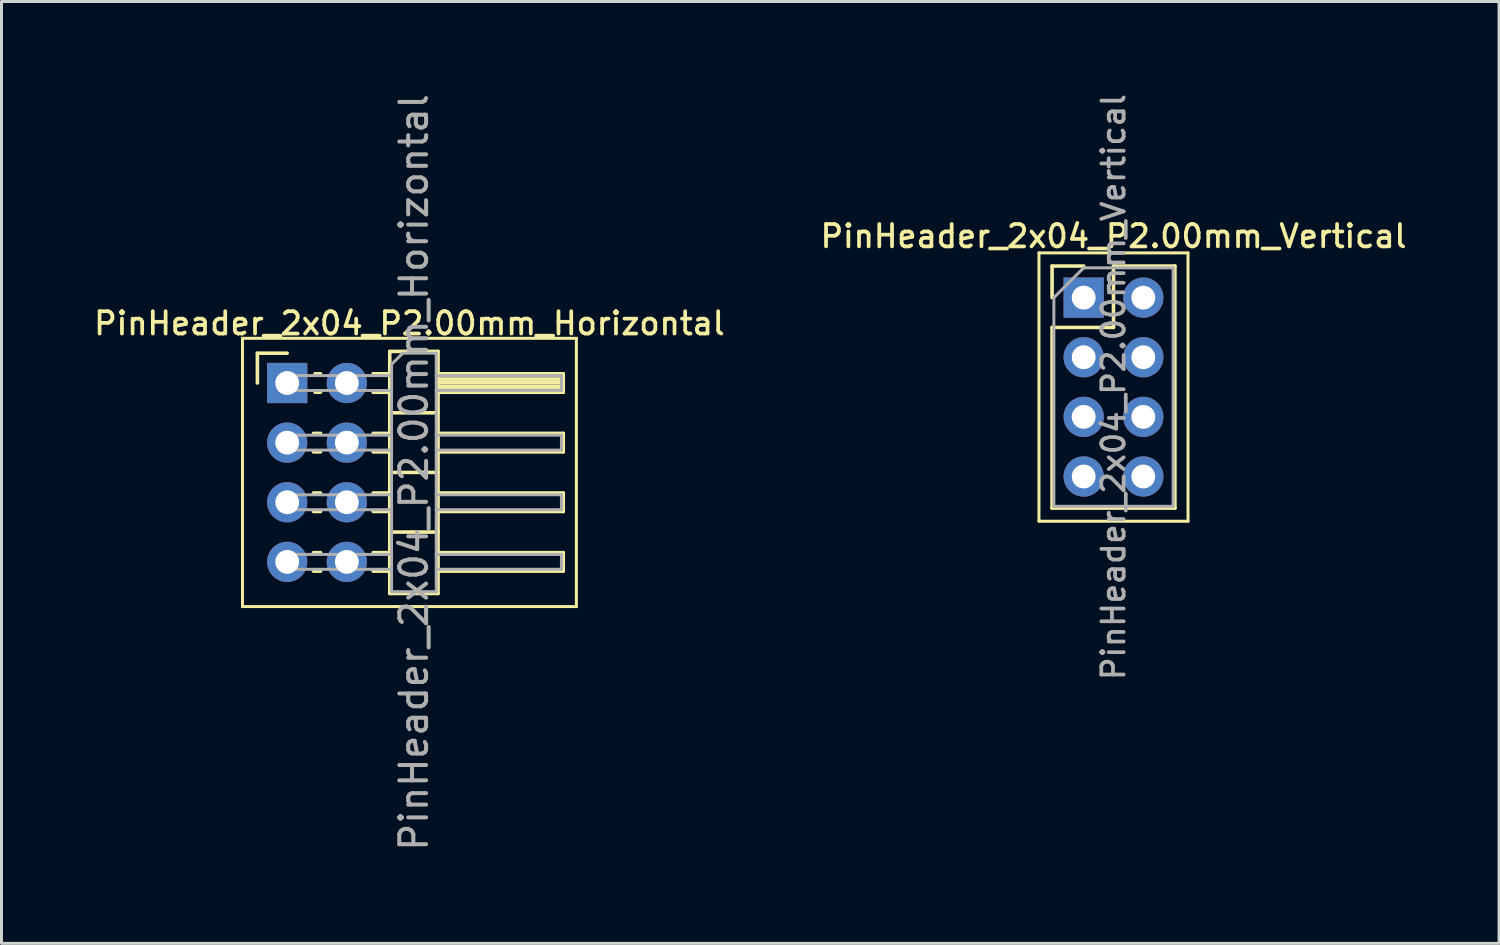
<source format=kicad_pcb>
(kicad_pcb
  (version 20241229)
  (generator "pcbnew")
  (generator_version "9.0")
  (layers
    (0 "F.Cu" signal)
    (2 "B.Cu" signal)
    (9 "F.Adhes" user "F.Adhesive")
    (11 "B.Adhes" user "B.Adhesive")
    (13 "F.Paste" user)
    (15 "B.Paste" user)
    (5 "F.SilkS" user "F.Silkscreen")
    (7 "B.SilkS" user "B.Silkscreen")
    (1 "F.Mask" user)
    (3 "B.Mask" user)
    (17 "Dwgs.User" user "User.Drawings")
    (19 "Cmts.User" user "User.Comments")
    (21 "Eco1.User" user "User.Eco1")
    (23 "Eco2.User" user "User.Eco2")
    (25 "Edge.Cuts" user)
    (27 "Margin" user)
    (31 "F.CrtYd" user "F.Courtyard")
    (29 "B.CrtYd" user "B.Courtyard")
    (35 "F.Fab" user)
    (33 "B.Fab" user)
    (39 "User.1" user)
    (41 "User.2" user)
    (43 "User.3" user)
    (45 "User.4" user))
  (footprint "PinHeader_2x04_P2.00mm_Horizontal"
    (layer "F.Cu")
    (at 6.584 9.798)
    (property "Reference" "PinHeader_2x04_P2.00mm_Horizontal" (at 4.1 -2 0) (layer "F.SilkS") (effects (font (size 0.75 0.75) (thickness 0.125))))
    (attr through_hole)
    (fp_line (start -1.5 -1.5) (end -1.5 7.5) (stroke (width 0.1) (type solid)) (layer "F.SilkS"))
    (fp_line (start -1.5 7.5) (end 9.7 7.5) (stroke (width 0.1) (type solid)) (layer "F.SilkS"))
    (fp_line (start -1 -1) (end 0 -1) (stroke (width 0.12) (type solid)) (layer "F.SilkS"))
    (fp_line (start -1 0) (end -1 -1) (stroke (width 0.12) (type solid)) (layer "F.SilkS"))
    (fp_line (start 0.882 1.69) (end 1.118 1.69) (stroke (width 0.12) (type solid)) (layer "F.SilkS"))
    (fp_line (start 0.882 2.31) (end 1.118 2.31) (stroke (width 0.12) (type solid)) (layer "F.SilkS"))
    (fp_line (start 0.882 3.69) (end 1.118 3.69) (stroke (width 0.12) (type solid)) (layer "F.SilkS"))
    (fp_line (start 0.882 4.31) (end 1.118 4.31) (stroke (width 0.12) (type solid)) (layer "F.SilkS"))
    (fp_line (start 0.882 5.69) (end 1.118 5.69) (stroke (width 0.12) (type solid)) (layer "F.SilkS"))
    (fp_line (start 0.882 6.31) (end 1.118 6.31) (stroke (width 0.12) (type solid)) (layer "F.SilkS"))
    (fp_line (start 0.935 -0.31) (end 1.118 -0.31) (stroke (width 0.12) (type solid)) (layer "F.SilkS"))
    (fp_line (start 0.935 0.31) (end 1.118 0.31) (stroke (width 0.12) (type solid)) (layer "F.SilkS"))
    (fp_line (start 2.882 -0.31) (end 3.44 -0.31) (stroke (width 0.12) (type solid)) (layer "F.SilkS"))
    (fp_line (start 2.882 0.31) (end 3.44 0.31) (stroke (width 0.12) (type solid)) (layer "F.SilkS"))
    (fp_line (start 2.882 1.69) (end 3.44 1.69) (stroke (width 0.12) (type solid)) (layer "F.SilkS"))
    (fp_line (start 2.882 2.31) (end 3.44 2.31) (stroke (width 0.12) (type solid)) (layer "F.SilkS"))
    (fp_line (start 2.882 3.69) (end 3.44 3.69) (stroke (width 0.12) (type solid)) (layer "F.SilkS"))
    (fp_line (start 2.882 4.31) (end 3.44 4.31) (stroke (width 0.12) (type solid)) (layer "F.SilkS"))
    (fp_line (start 2.882 5.69) (end 3.44 5.69) (stroke (width 0.12) (type solid)) (layer "F.SilkS"))
    (fp_line (start 2.882 6.31) (end 3.44 6.31) (stroke (width 0.12) (type solid)) (layer "F.SilkS"))
    (fp_line (start 3.44 -1.06) (end 3.44 7.06) (stroke (width 0.12) (type solid)) (layer "F.SilkS"))
    (fp_line (start 3.44 1) (end 5.06 1) (stroke (width 0.12) (type solid)) (layer "F.SilkS"))
    (fp_line (start 3.44 3) (end 5.06 3) (stroke (width 0.12) (type solid)) (layer "F.SilkS"))
    (fp_line (start 3.44 5) (end 5.06 5) (stroke (width 0.12) (type solid)) (layer "F.SilkS"))
    (fp_line (start 3.44 7.06) (end 5.06 7.06) (stroke (width 0.12) (type solid)) (layer "F.SilkS"))
    (fp_line (start 5.06 -1.06) (end 3.44 -1.06) (stroke (width 0.12) (type solid)) (layer "F.SilkS"))
    (fp_line (start 5.06 -0.31) (end 9.26 -0.31) (stroke (width 0.12) (type solid)) (layer "F.SilkS"))
    (fp_line (start 5.06 -0.25) (end 9.26 -0.25) (stroke (width 0.12) (type solid)) (layer "F.SilkS"))
    (fp_line (start 5.06 -0.13) (end 9.26 -0.13) (stroke (width 0.12) (type solid)) (layer "F.SilkS"))
    (fp_line (start 5.06 -0.01) (end 9.26 -0.01) (stroke (width 0.12) (type solid)) (layer "F.SilkS"))
    (fp_line (start 5.06 0.11) (end 9.26 0.11) (stroke (width 0.12) (type solid)) (layer "F.SilkS"))
    (fp_line (start 5.06 0.23) (end 9.26 0.23) (stroke (width 0.12) (type solid)) (layer "F.SilkS"))
    (fp_line (start 5.06 1.69) (end 9.26 1.69) (stroke (width 0.12) (type solid)) (layer "F.SilkS"))
    (fp_line (start 5.06 3.69) (end 9.26 3.69) (stroke (width 0.12) (type solid)) (layer "F.SilkS"))
    (fp_line (start 5.06 5.69) (end 9.26 5.69) (stroke (width 0.12) (type solid)) (layer "F.SilkS"))
    (fp_line (start 5.06 7.06) (end 5.06 -1.06) (stroke (width 0.12) (type solid)) (layer "F.SilkS"))
    (fp_line (start 9.26 -0.31) (end 9.26 0.31) (stroke (width 0.12) (type solid)) (layer "F.SilkS"))
    (fp_line (start 9.26 0.31) (end 5.06 0.31) (stroke (width 0.12) (type solid)) (layer "F.SilkS"))
    (fp_line (start 9.26 1.69) (end 9.26 2.31) (stroke (width 0.12) (type solid)) (layer "F.SilkS"))
    (fp_line (start 9.26 2.31) (end 5.06 2.31) (stroke (width 0.12) (type solid)) (layer "F.SilkS"))
    (fp_line (start 9.26 3.69) (end 9.26 4.31) (stroke (width 0.12) (type solid)) (layer "F.SilkS"))
    (fp_line (start 9.26 4.31) (end 5.06 4.31) (stroke (width 0.12) (type solid)) (layer "F.SilkS"))
    (fp_line (start 9.26 5.69) (end 9.26 6.31) (stroke (width 0.12) (type solid)) (layer "F.SilkS"))
    (fp_line (start 9.26 6.31) (end 5.06 6.31) (stroke (width 0.12) (type solid)) (layer "F.SilkS"))
    (fp_line (start 9.7 -1.5) (end -1.5 -1.5) (stroke (width 0.1) (type solid)) (layer "F.SilkS"))
    (fp_line (start 9.7 7.5) (end 9.7 -1.5) (stroke (width 0.1) (type solid)) (layer "F.SilkS"))
    (fp_line (start -0.25 -0.25) (end -0.25 0.25) (stroke (width 0.1) (type solid)) (layer "F.Fab"))
    (fp_line (start -0.25 -0.25) (end 3.5 -0.25) (stroke (width 0.1) (type solid)) (layer "F.Fab"))
    (fp_line (start -0.25 0.25) (end 3.5 0.25) (stroke (width 0.1) (type solid)) (layer "F.Fab"))
    (fp_line (start -0.25 1.75) (end -0.25 2.25) (stroke (width 0.1) (type solid)) (layer "F.Fab"))
    (fp_line (start -0.25 1.75) (end 3.5 1.75) (stroke (width 0.1) (type solid)) (layer "F.Fab"))
    (fp_line (start -0.25 2.25) (end 3.5 2.25) (stroke (width 0.1) (type solid)) (layer "F.Fab"))
    (fp_line (start -0.25 3.75) (end -0.25 4.25) (stroke (width 0.1) (type solid)) (layer "F.Fab"))
    (fp_line (start -0.25 3.75) (end 3.5 3.75) (stroke (width 0.1) (type solid)) (layer "F.Fab"))
    (fp_line (start -0.25 4.25) (end 3.5 4.25) (stroke (width 0.1) (type solid)) (layer "F.Fab"))
    (fp_line (start -0.25 5.75) (end -0.25 6.25) (stroke (width 0.1) (type solid)) (layer "F.Fab"))
    (fp_line (start -0.25 5.75) (end 3.5 5.75) (stroke (width 0.1) (type solid)) (layer "F.Fab"))
    (fp_line (start -0.25 6.25) (end 3.5 6.25) (stroke (width 0.1) (type solid)) (layer "F.Fab"))
    (fp_line (start 3.5 -0.625) (end 3.875 -1) (stroke (width 0.1) (type solid)) (layer "F.Fab"))
    (fp_line (start 3.5 7) (end 3.5 -0.625) (stroke (width 0.1) (type solid)) (layer "F.Fab"))
    (fp_line (start 3.875 -1) (end 5 -1) (stroke (width 0.1) (type solid)) (layer "F.Fab"))
    (fp_line (start 5 -1) (end 5 7) (stroke (width 0.1) (type solid)) (layer "F.Fab"))
    (fp_line (start 5 -0.25) (end 9.2 -0.25) (stroke (width 0.1) (type solid)) (layer "F.Fab"))
    (fp_line (start 5 0.25) (end 9.2 0.25) (stroke (width 0.1) (type solid)) (layer "F.Fab"))
    (fp_line (start 5 1.75) (end 9.2 1.75) (stroke (width 0.1) (type solid)) (layer "F.Fab"))
    (fp_line (start 5 2.25) (end 9.2 2.25) (stroke (width 0.1) (type solid)) (layer "F.Fab"))
    (fp_line (start 5 3.75) (end 9.2 3.75) (stroke (width 0.1) (type solid)) (layer "F.Fab"))
    (fp_line (start 5 4.25) (end 9.2 4.25) (stroke (width 0.1) (type solid)) (layer "F.Fab"))
    (fp_line (start 5 5.75) (end 9.2 5.75) (stroke (width 0.1) (type solid)) (layer "F.Fab"))
    (fp_line (start 5 6.25) (end 9.2 6.25) (stroke (width 0.1) (type solid)) (layer "F.Fab"))
    (fp_line (start 5 7) (end 3.5 7) (stroke (width 0.1) (type solid)) (layer "F.Fab"))
    (fp_line (start 9.2 -0.25) (end 9.2 0.25) (stroke (width 0.1) (type solid)) (layer "F.Fab"))
    (fp_line (start 9.2 1.75) (end 9.2 2.25) (stroke (width 0.1) (type solid)) (layer "F.Fab"))
    (fp_line (start 9.2 3.75) (end 9.2 4.25) (stroke (width 0.1) (type solid)) (layer "F.Fab"))
    (fp_line (start 9.2 5.75) (end 9.2 6.25) (stroke (width 0.1) (type solid)) (layer "F.Fab"))
    (fp_text user "${REFERENCE}" (at 4.25 3 90) (layer "F.Fab") (effects (font (size 0.9 0.9) (thickness 0.135))))
    (pad "1" thru_hole rect (at 0 0) (size 1.35 1.35) (drill 0.8) (layers "*.Cu" "*.Mask"))
    (pad "2" thru_hole oval (at 2 0) (size 1.35 1.35) (drill 0.8) (layers "*.Cu" "*.Mask"))
    (pad "3" thru_hole oval (at 0 2) (size 1.35 1.35) (drill 0.8) (layers "*.Cu" "*.Mask"))
    (pad "4" thru_hole oval (at 2 2) (size 1.35 1.35) (drill 0.8) (layers "*.Cu" "*.Mask"))
    (pad "5" thru_hole oval (at 0 4) (size 1.35 1.35) (drill 0.8) (layers "*.Cu" "*.Mask"))
    (pad "6" thru_hole oval (at 2 4) (size 1.35 1.35) (drill 0.8) (layers "*.Cu" "*.Mask"))
    (pad "7" thru_hole oval (at 0 6) (size 1.35 1.35) (drill 0.8) (layers "*.Cu" "*.Mask"))
    (pad "8" thru_hole oval (at 2 6) (size 1.35 1.35) (drill 0.8) (layers "*.Cu" "*.Mask")))
  (footprint "PinHeader_2x04_P2.00mm_Vertical"
    (layer "F.Cu")
    (at 33.302 6.934)
    (property "Reference" "PinHeader_2x04_P2.00mm_Vertical" (at 1 -2.06 0) (layer "F.SilkS") (effects (font (size 0.75 0.75) (thickness 0.125))))
    (attr through_hole)
    (fp_line (start -1.5 -1.5) (end -1.5 7.5) (stroke (width 0.1) (type solid)) (layer "F.SilkS"))
    (fp_line (start -1.5 7.5) (end 3.5 7.5) (stroke (width 0.1) (type solid)) (layer "F.SilkS"))
    (fp_line (start -1.06 -1.06) (end 0 -1.06) (stroke (width 0.12) (type solid)) (layer "F.SilkS"))
    (fp_line (start -1.06 0) (end -1.06 -1.06) (stroke (width 0.12) (type solid)) (layer "F.SilkS"))
    (fp_line (start -1.06 1) (end -1.06 7.06) (stroke (width 0.12) (type solid)) (layer "F.SilkS"))
    (fp_line (start -1.06 1) (end 1 1) (stroke (width 0.12) (type solid)) (layer "F.SilkS"))
    (fp_line (start -1.06 7.06) (end 3.06 7.06) (stroke (width 0.12) (type solid)) (layer "F.SilkS"))
    (fp_line (start 1 -1.06) (end 3.06 -1.06) (stroke (width 0.12) (type solid)) (layer "F.SilkS"))
    (fp_line (start 1 1) (end 1 -1.06) (stroke (width 0.12) (type solid)) (layer "F.SilkS"))
    (fp_line (start 3.06 -1.06) (end 3.06 7.06) (stroke (width 0.12) (type solid)) (layer "F.SilkS"))
    (fp_line (start 3.5 -1.5) (end -1.5 -1.5) (stroke (width 0.1) (type solid)) (layer "F.SilkS"))
    (fp_line (start 3.5 7.5) (end 3.5 -1.5) (stroke (width 0.1) (type solid)) (layer "F.SilkS"))
    (fp_line (start -1 0) (end 0 -1) (stroke (width 0.1) (type solid)) (layer "F.Fab"))
    (fp_line (start -1 7) (end -1 0) (stroke (width 0.1) (type solid)) (layer "F.Fab"))
    (fp_line (start 0 -1) (end 3 -1) (stroke (width 0.1) (type solid)) (layer "F.Fab"))
    (fp_line (start 3 -1) (end 3 7) (stroke (width 0.1) (type solid)) (layer "F.Fab"))
    (fp_line (start 3 7) (end -1 7) (stroke (width 0.1) (type solid)) (layer "F.Fab"))
    (fp_text user "${REFERENCE}" (at 1 3 90) (layer "F.Fab") (effects (font (size 0.75 0.75) (thickness 0.125))))
    (pad "1" thru_hole rect (at 0 0) (size 1.35 1.35) (drill 0.8) (layers "*.Cu" "*.Mask"))
    (pad "2" thru_hole oval (at 2 0) (size 1.35 1.35) (drill 0.8) (layers "*.Cu" "*.Mask"))
    (pad "3" thru_hole oval (at 0 2) (size 1.35 1.35) (drill 0.8) (layers "*.Cu" "*.Mask"))
    (pad "4" thru_hole oval (at 2 2) (size 1.35 1.35) (drill 0.8) (layers "*.Cu" "*.Mask"))
    (pad "5" thru_hole oval (at 0 4) (size 1.35 1.35) (drill 0.8) (layers "*.Cu" "*.Mask"))
    (pad "6" thru_hole oval (at 2 4) (size 1.35 1.35) (drill 0.8) (layers "*.Cu" "*.Mask"))
    (pad "7" thru_hole oval (at 0 6) (size 1.35 1.35) (drill 0.8) (layers "*.Cu" "*.Mask"))
    (pad "8" thru_hole oval (at 2 6) (size 1.35 1.35) (drill 0.8) (layers "*.Cu" "*.Mask")))
  (gr_rect
    (start -3 -3)
    (end 47.236 28.596)
    (stroke (width 0.1) (type default))
    (fill no)
    (layer "Edge.Cuts")))
</source>
